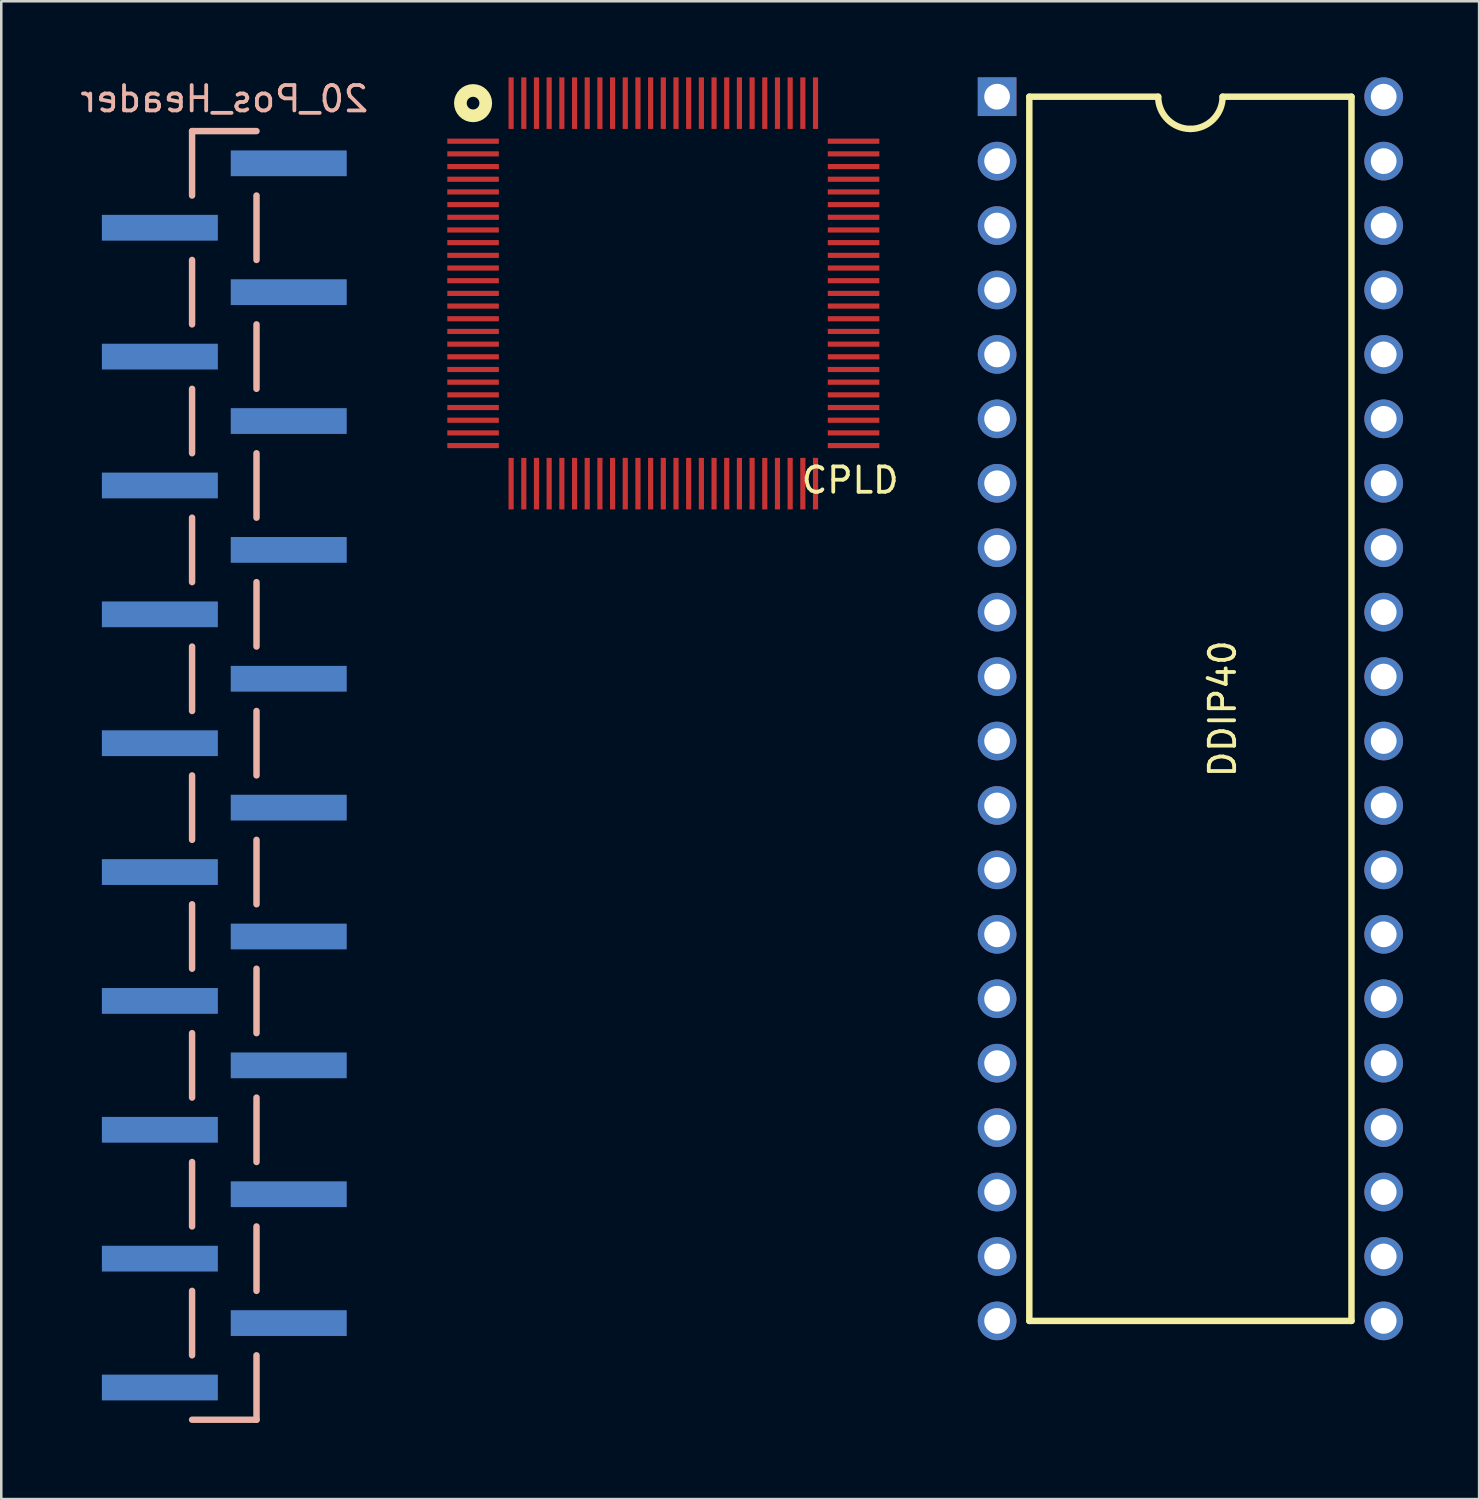
<source format=kicad_pcb>
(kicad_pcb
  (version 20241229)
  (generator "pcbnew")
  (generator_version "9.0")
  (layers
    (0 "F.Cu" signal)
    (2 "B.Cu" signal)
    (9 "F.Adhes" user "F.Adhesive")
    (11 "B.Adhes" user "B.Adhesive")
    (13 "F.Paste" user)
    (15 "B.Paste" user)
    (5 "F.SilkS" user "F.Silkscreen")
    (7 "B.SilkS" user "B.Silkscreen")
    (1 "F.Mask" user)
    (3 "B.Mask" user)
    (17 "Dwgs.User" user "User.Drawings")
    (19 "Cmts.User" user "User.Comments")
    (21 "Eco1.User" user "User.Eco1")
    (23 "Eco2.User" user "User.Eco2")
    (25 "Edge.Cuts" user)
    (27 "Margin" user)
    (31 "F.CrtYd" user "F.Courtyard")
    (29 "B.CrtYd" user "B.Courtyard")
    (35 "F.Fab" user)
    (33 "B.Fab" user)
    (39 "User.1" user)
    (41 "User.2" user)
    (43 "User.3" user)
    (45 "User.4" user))
  (footprint "CPLD"
    (layer "F.Cu")
    (at 23.099 8.516)
    (property "Reference" "CPLD" (at 7.366 7.366 0) (layer "F.SilkS") (effects (font (size 1 1) (thickness 0.15))))
    (attr smd)
    (fp_circle (center -7.5 -7.5) (end -7 -7.5) (stroke (width 0.5) (type solid)) (fill no) (layer "F.SilkS"))
    (pad "1" smd rect (at -7.5 -6 90) (size 0.203 2.032) (layers "F.Cu" "F.Mask" "F.Paste"))
    (pad "2" smd rect (at -7.5 -5.5 90) (size 0.203 2.032) (layers "F.Cu" "F.Mask" "F.Paste"))
    (pad "3" smd rect (at -7.5 -5 90) (size 0.203 2.032) (layers "F.Cu" "F.Mask" "F.Paste"))
    (pad "4" smd rect (at -7.5 -4.5 90) (size 0.203 2.032) (layers "F.Cu" "F.Mask" "F.Paste"))
    (pad "5" smd rect (at -7.5 -4 90) (size 0.203 2.032) (layers "F.Cu" "F.Mask" "F.Paste"))
    (pad "6" smd rect (at -7.5 -3.5 90) (size 0.203 2.032) (layers "F.Cu" "F.Mask" "F.Paste"))
    (pad "7" smd rect (at -7.5 -3 90) (size 0.203 2.032) (layers "F.Cu" "F.Mask" "F.Paste"))
    (pad "8" smd rect (at -7.5 -2.5 90) (size 0.203 2.032) (layers "F.Cu" "F.Mask" "F.Paste"))
    (pad "9" smd rect (at -7.5 -2 90) (size 0.203 2.032) (layers "F.Cu" "F.Mask" "F.Paste"))
    (pad "10" smd rect (at -7.5 -1.5 90) (size 0.203 2.032) (layers "F.Cu" "F.Mask" "F.Paste"))
    (pad "11" smd rect (at -7.5 -1 90) (size 0.203 2.032) (layers "F.Cu" "F.Mask" "F.Paste"))
    (pad "12" smd rect (at -7.5 -0.5 90) (size 0.203 2.032) (layers "F.Cu" "F.Mask" "F.Paste"))
    (pad "13" smd rect (at -7.5 0 90) (size 0.203 2.032) (layers "F.Cu" "F.Mask" "F.Paste"))
    (pad "14" smd rect (at -7.5 0.5 90) (size 0.203 2.032) (layers "F.Cu" "F.Mask" "F.Paste"))
    (pad "15" smd rect (at -7.5 1 90) (size 0.203 2.032) (layers "F.Cu" "F.Mask" "F.Paste"))
    (pad "16" smd rect (at -7.5 1.5 90) (size 0.203 2.032) (layers "F.Cu" "F.Mask" "F.Paste"))
    (pad "17" smd rect (at -7.5 2 90) (size 0.203 2.032) (layers "F.Cu" "F.Mask" "F.Paste"))
    (pad "18" smd rect (at -7.5 2.5 90) (size 0.203 2.032) (layers "F.Cu" "F.Mask" "F.Paste"))
    (pad "19" smd rect (at -7.5 3 90) (size 0.203 2.032) (layers "F.Cu" "F.Mask" "F.Paste"))
    (pad "20" smd rect (at -7.5 3.5 90) (size 0.203 2.032) (layers "F.Cu" "F.Mask" "F.Paste"))
    (pad "21" smd rect (at -7.5 4 90) (size 0.203 2.032) (layers "F.Cu" "F.Mask" "F.Paste"))
    (pad "22" smd rect (at -7.5 4.5 90) (size 0.203 2.032) (layers "F.Cu" "F.Mask" "F.Paste"))
    (pad "23" smd rect (at -7.5 5 90) (size 0.203 2.032) (layers "F.Cu" "F.Mask" "F.Paste"))
    (pad "24" smd rect (at -7.5 5.5 90) (size 0.203 2.032) (layers "F.Cu" "F.Mask" "F.Paste"))
    (pad "25" smd rect (at -7.5 6 90) (size 0.203 2.032) (layers "F.Cu" "F.Mask" "F.Paste"))
    (pad "26" smd rect (at -6 7.5) (size 0.203 2.032) (layers "F.Cu" "F.Mask" "F.Paste"))
    (pad "27" smd rect (at -5.5 7.5) (size 0.203 2.032) (layers "F.Cu" "F.Mask" "F.Paste"))
    (pad "28" smd rect (at -5 7.5) (size 0.203 2.032) (layers "F.Cu" "F.Mask" "F.Paste"))
    (pad "29" smd rect (at -4.5 7.5) (size 0.203 2.032) (layers "F.Cu" "F.Mask" "F.Paste"))
    (pad "30" smd rect (at -4 7.5) (size 0.203 2.032) (layers "F.Cu" "F.Mask" "F.Paste"))
    (pad "31" smd rect (at -3.5 7.5) (size 0.203 2.032) (layers "F.Cu" "F.Mask" "F.Paste"))
    (pad "32" smd rect (at -3 7.5) (size 0.203 2.032) (layers "F.Cu" "F.Mask" "F.Paste"))
    (pad "33" smd rect (at -2.5 7.5) (size 0.203 2.032) (layers "F.Cu" "F.Mask" "F.Paste"))
    (pad "34" smd rect (at -2 7.5) (size 0.203 2.032) (layers "F.Cu" "F.Mask" "F.Paste"))
    (pad "35" smd rect (at -1.5 7.5) (size 0.203 2.032) (layers "F.Cu" "F.Mask" "F.Paste"))
    (pad "36" smd rect (at -1 7.5) (size 0.203 2.032) (layers "F.Cu" "F.Mask" "F.Paste"))
    (pad "37" smd rect (at -0.5 7.5) (size 0.203 2.032) (layers "F.Cu" "F.Mask" "F.Paste"))
    (pad "38" smd rect (at 0 7.5) (size 0.203 2.032) (layers "F.Cu" "F.Mask" "F.Paste"))
    (pad "39" smd rect (at 0.5 7.5) (size 0.203 2.032) (layers "F.Cu" "F.Mask" "F.Paste"))
    (pad "40" smd rect (at 1 7.5) (size 0.203 2.032) (layers "F.Cu" "F.Mask" "F.Paste"))
    (pad "41" smd rect (at 1.5 7.5) (size 0.203 2.032) (layers "F.Cu" "F.Mask" "F.Paste"))
    (pad "42" smd rect (at 2 7.5) (size 0.203 2.032) (layers "F.Cu" "F.Mask" "F.Paste"))
    (pad "43" smd rect (at 2.5 7.5) (size 0.203 2.032) (layers "F.Cu" "F.Mask" "F.Paste"))
    (pad "44" smd rect (at 3 7.5) (size 0.203 2.032) (layers "F.Cu" "F.Mask" "F.Paste"))
    (pad "45" smd rect (at 3.5 7.5) (size 0.203 2.032) (layers "F.Cu" "F.Mask" "F.Paste"))
    (pad "46" smd rect (at 4 7.5) (size 0.203 2.032) (layers "F.Cu" "F.Mask" "F.Paste"))
    (pad "47" smd rect (at 4.5 7.5) (size 0.203 2.032) (layers "F.Cu" "F.Mask" "F.Paste"))
    (pad "48" smd rect (at 5 7.5) (size 0.203 2.032) (layers "F.Cu" "F.Mask" "F.Paste"))
    (pad "49" smd rect (at 5.5 7.5) (size 0.203 2.032) (layers "F.Cu" "F.Mask" "F.Paste"))
    (pad "50" smd rect (at 6 7.5) (size 0.203 2.032) (layers "F.Cu" "F.Mask" "F.Paste"))
    (pad "51" smd rect (at 7.5 6 90) (size 0.203 2.032) (layers "F.Cu" "F.Mask" "F.Paste"))
    (pad "52" smd rect (at 7.5 5.5 90) (size 0.203 2.032) (layers "F.Cu" "F.Mask" "F.Paste"))
    (pad "53" smd rect (at 7.5 5 90) (size 0.203 2.032) (layers "F.Cu" "F.Mask" "F.Paste"))
    (pad "54" smd rect (at 7.5 4.5 90) (size 0.203 2.032) (layers "F.Cu" "F.Mask" "F.Paste"))
    (pad "55" smd rect (at 7.5 4 90) (size 0.203 2.032) (layers "F.Cu" "F.Mask" "F.Paste"))
    (pad "56" smd rect (at 7.5 3.5 90) (size 0.203 2.032) (layers "F.Cu" "F.Mask" "F.Paste"))
    (pad "57" smd rect (at 7.5 3 90) (size 0.203 2.032) (layers "F.Cu" "F.Mask" "F.Paste"))
    (pad "58" smd rect (at 7.5 2.5 90) (size 0.203 2.032) (layers "F.Cu" "F.Mask" "F.Paste"))
    (pad "59" smd rect (at 7.5 2 90) (size 0.203 2.032) (layers "F.Cu" "F.Mask" "F.Paste"))
    (pad "60" smd rect (at 7.5 1.5 90) (size 0.203 2.032) (layers "F.Cu" "F.Mask" "F.Paste"))
    (pad "61" smd rect (at 7.5 1 90) (size 0.203 2.032) (layers "F.Cu" "F.Mask" "F.Paste"))
    (pad "62" smd rect (at 7.5 0.5 90) (size 0.203 2.032) (layers "F.Cu" "F.Mask" "F.Paste"))
    (pad "63" smd rect (at 7.5 0 90) (size 0.203 2.032) (layers "F.Cu" "F.Mask" "F.Paste"))
    (pad "64" smd rect (at 7.5 -0.5 90) (size 0.203 2.032) (layers "F.Cu" "F.Mask" "F.Paste"))
    (pad "65" smd rect (at 7.5 -1 90) (size 0.203 2.032) (layers "F.Cu" "F.Mask" "F.Paste"))
    (pad "66" smd rect (at 7.5 -1.5 90) (size 0.203 2.032) (layers "F.Cu" "F.Mask" "F.Paste"))
    (pad "67" smd rect (at 7.5 -2 90) (size 0.203 2.032) (layers "F.Cu" "F.Mask" "F.Paste"))
    (pad "68" smd rect (at 7.5 -2.5 90) (size 0.203 2.032) (layers "F.Cu" "F.Mask" "F.Paste"))
    (pad "69" smd rect (at 7.5 -3 90) (size 0.203 2.032) (layers "F.Cu" "F.Mask" "F.Paste"))
    (pad "70" smd rect (at 7.5 -3.5 90) (size 0.203 2.032) (layers "F.Cu" "F.Mask" "F.Paste"))
    (pad "71" smd rect (at 7.5 -4 90) (size 0.203 2.032) (layers "F.Cu" "F.Mask" "F.Paste"))
    (pad "72" smd rect (at 7.5 -4.5 90) (size 0.203 2.032) (layers "F.Cu" "F.Mask" "F.Paste"))
    (pad "73" smd rect (at 7.5 -5 90) (size 0.203 2.032) (layers "F.Cu" "F.Mask" "F.Paste"))
    (pad "74" smd rect (at 7.5 -5.5 90) (size 0.203 2.032) (layers "F.Cu" "F.Mask" "F.Paste"))
    (pad "75" smd rect (at 7.5 -6 90) (size 0.203 2.032) (layers "F.Cu" "F.Mask" "F.Paste"))
    (pad "76" smd rect (at 6 -7.5) (size 0.203 2.032) (layers "F.Cu" "F.Mask" "F.Paste"))
    (pad "77" smd rect (at 5.5 -7.5) (size 0.203 2.032) (layers "F.Cu" "F.Mask" "F.Paste"))
    (pad "78" smd rect (at 5 -7.5) (size 0.203 2.032) (layers "F.Cu" "F.Mask" "F.Paste"))
    (pad "79" smd rect (at 4.5 -7.5) (size 0.203 2.032) (layers "F.Cu" "F.Mask" "F.Paste"))
    (pad "80" smd rect (at 4 -7.5) (size 0.203 2.032) (layers "F.Cu" "F.Mask" "F.Paste"))
    (pad "81" smd rect (at 3.5 -7.5) (size 0.203 2.032) (layers "F.Cu" "F.Mask" "F.Paste"))
    (pad "82" smd rect (at 3 -7.5) (size 0.203 2.032) (layers "F.Cu" "F.Mask" "F.Paste"))
    (pad "83" smd rect (at 2.5 -7.5) (size 0.203 2.032) (layers "F.Cu" "F.Mask" "F.Paste"))
    (pad "84" smd rect (at 2 -7.5) (size 0.203 2.032) (layers "F.Cu" "F.Mask" "F.Paste"))
    (pad "85" smd rect (at 1.5 -7.5) (size 0.203 2.032) (layers "F.Cu" "F.Mask" "F.Paste"))
    (pad "86" smd rect (at 1 -7.5) (size 0.203 2.032) (layers "F.Cu" "F.Mask" "F.Paste"))
    (pad "87" smd rect (at 0.5 -7.5) (size 0.203 2.032) (layers "F.Cu" "F.Mask" "F.Paste"))
    (pad "88" smd rect (at 0 -7.5) (size 0.203 2.032) (layers "F.Cu" "F.Mask" "F.Paste"))
    (pad "89" smd rect (at -0.5 -7.5) (size 0.203 2.032) (layers "F.Cu" "F.Mask" "F.Paste"))
    (pad "90" smd rect (at -1 -7.5) (size 0.203 2.032) (layers "F.Cu" "F.Mask" "F.Paste"))
    (pad "91" smd rect (at -1.5 -7.5) (size 0.203 2.032) (layers "F.Cu" "F.Mask" "F.Paste"))
    (pad "92" smd rect (at -2 -7.5) (size 0.203 2.032) (layers "F.Cu" "F.Mask" "F.Paste"))
    (pad "93" smd rect (at -2.5 -7.5) (size 0.203 2.032) (layers "F.Cu" "F.Mask" "F.Paste"))
    (pad "94" smd rect (at -3 -7.5) (size 0.203 2.032) (layers "F.Cu" "F.Mask" "F.Paste"))
    (pad "95" smd rect (at -3.5 -7.5) (size 0.203 2.032) (layers "F.Cu" "F.Mask" "F.Paste"))
    (pad "96" smd rect (at -4 -7.5) (size 0.203 2.032) (layers "F.Cu" "F.Mask" "F.Paste"))
    (pad "97" smd rect (at -4.5 -7.5) (size 0.203 2.032) (layers "F.Cu" "F.Mask" "F.Paste"))
    (pad "98" smd rect (at -5 -7.5) (size 0.203 2.032) (layers "F.Cu" "F.Mask" "F.Paste"))
    (pad "99" smd rect (at -5.5 -7.5) (size 0.203 2.032) (layers "F.Cu" "F.Mask" "F.Paste"))
    (pad "100" smd rect (at -6 -7.5) (size 0.203 2.032) (layers "F.Cu" "F.Mask" "F.Paste")))
  (footprint "DDIP40"
    (layer "F.Cu")
    (at 43.877 24.892)
    (property "Reference" "DDIP40" (at 1.27 0 90) (layer "F.SilkS") (effects (font (size 1 1) (thickness 0.15))))
    (attr through_hole)
    (fp_line (start -6.35 -24.13) (end -6.35 24.13) (stroke (width 0.254) (type solid)) (layer "F.SilkS"))
    (fp_line (start -6.35 24.13) (end 6.35 24.13) (stroke (width 0.254) (type solid)) (layer "F.SilkS"))
    (fp_line (start -1.27 -24.13) (end -6.35 -24.13) (stroke (width 0.254) (type solid)) (layer "F.SilkS"))
    (fp_line (start 6.35 -24.13) (end 1.27 -24.13) (stroke (width 0.254) (type solid)) (layer "F.SilkS"))
    (fp_line (start 6.35 24.13) (end 6.35 -24.13) (stroke (width 0.254) (type solid)) (layer "F.SilkS"))
    (fp_arc (start 0 -22.86) (mid -0.898026 -23.231974) (end -1.27 -24.13) (stroke (width 0.254) (type solid)) (layer "F.SilkS"))
    (fp_arc (start 1.27 -24.13) (mid 0.898026 -23.231974) (end 0 -22.86) (stroke (width 0.254) (type solid)) (layer "F.SilkS"))
    (pad "1" thru_hole rect (at -7.62 -24.13) (size 1.524 1.524) (drill 1.016) (layers "*.Cu" "*.Mask"))
    (pad "2" thru_hole circle (at -7.62 -21.59) (size 1.524 1.524) (drill 1.016) (layers "*.Cu" "*.Mask"))
    (pad "3" thru_hole circle (at -7.62 -19.05) (size 1.524 1.524) (drill 1.016) (layers "*.Cu" "*.Mask"))
    (pad "4" thru_hole circle (at -7.62 -16.51) (size 1.524 1.524) (drill 1.016) (layers "*.Cu" "*.Mask"))
    (pad "5" thru_hole circle (at -7.62 -13.97) (size 1.524 1.524) (drill 1.016) (layers "*.Cu" "*.Mask"))
    (pad "6" thru_hole circle (at -7.62 -11.43) (size 1.524 1.524) (drill 1.016) (layers "*.Cu" "*.Mask"))
    (pad "7" thru_hole circle (at -7.62 -8.89) (size 1.524 1.524) (drill 1.016) (layers "*.Cu" "*.Mask"))
    (pad "8" thru_hole circle (at -7.62 -6.35) (size 1.524 1.524) (drill 1.016) (layers "*.Cu" "*.Mask"))
    (pad "9" thru_hole circle (at -7.62 -3.81) (size 1.524 1.524) (drill 1.016) (layers "*.Cu" "*.Mask"))
    (pad "10" thru_hole circle (at -7.62 -1.27) (size 1.524 1.524) (drill 1.016) (layers "*.Cu" "*.Mask"))
    (pad "11" thru_hole circle (at -7.62 1.27) (size 1.524 1.524) (drill 1.016) (layers "*.Cu" "*.Mask"))
    (pad "12" thru_hole circle (at -7.62 3.81) (size 1.524 1.524) (drill 1.016) (layers "*.Cu" "*.Mask"))
    (pad "13" thru_hole circle (at -7.62 6.35) (size 1.524 1.524) (drill 1.016) (layers "*.Cu" "*.Mask"))
    (pad "14" thru_hole circle (at -7.62 8.89) (size 1.524 1.524) (drill 1.016) (layers "*.Cu" "*.Mask"))
    (pad "15" thru_hole circle (at -7.62 11.43) (size 1.524 1.524) (drill 1.016) (layers "*.Cu" "*.Mask"))
    (pad "16" thru_hole circle (at -7.62 13.97) (size 1.524 1.524) (drill 1.016) (layers "*.Cu" "*.Mask"))
    (pad "17" thru_hole circle (at -7.62 16.51) (size 1.524 1.524) (drill 1.016) (layers "*.Cu" "*.Mask"))
    (pad "18" thru_hole circle (at -7.62 19.05) (size 1.524 1.524) (drill 1.016) (layers "*.Cu" "*.Mask"))
    (pad "19" thru_hole circle (at -7.62 21.59) (size 1.524 1.524) (drill 1.016) (layers "*.Cu" "*.Mask"))
    (pad "20" thru_hole circle (at -7.62 24.13) (size 1.524 1.524) (drill 1.016) (layers "*.Cu" "*.Mask"))
    (pad "21" thru_hole circle (at 7.62 24.13) (size 1.524 1.524) (drill 1.016) (layers "*.Cu" "*.Mask"))
    (pad "22" thru_hole circle (at 7.62 21.59) (size 1.524 1.524) (drill 1.016) (layers "*.Cu" "*.Mask"))
    (pad "23" thru_hole circle (at 7.62 19.05) (size 1.524 1.524) (drill 1.016) (layers "*.Cu" "*.Mask"))
    (pad "24" thru_hole circle (at 7.62 16.51) (size 1.524 1.524) (drill 1.016) (layers "*.Cu" "*.Mask"))
    (pad "25" thru_hole circle (at 7.62 13.97) (size 1.524 1.524) (drill 1.016) (layers "*.Cu" "*.Mask"))
    (pad "26" thru_hole circle (at 7.62 11.43) (size 1.524 1.524) (drill 1.016) (layers "*.Cu" "*.Mask"))
    (pad "27" thru_hole circle (at 7.62 8.89) (size 1.524 1.524) (drill 1.016) (layers "*.Cu" "*.Mask"))
    (pad "28" thru_hole circle (at 7.62 6.35) (size 1.524 1.524) (drill 1.016) (layers "*.Cu" "*.Mask"))
    (pad "29" thru_hole circle (at 7.62 3.81) (size 1.524 1.524) (drill 1.016) (layers "*.Cu" "*.Mask"))
    (pad "30" thru_hole circle (at 7.62 1.27) (size 1.524 1.524) (drill 1.016) (layers "*.Cu" "*.Mask"))
    (pad "31" thru_hole circle (at 7.62 -1.27) (size 1.524 1.524) (drill 1.016) (layers "*.Cu" "*.Mask"))
    (pad "32" thru_hole circle (at 7.62 -3.81) (size 1.524 1.524) (drill 1.016) (layers "*.Cu" "*.Mask"))
    (pad "33" thru_hole circle (at 7.62 -6.35) (size 1.524 1.524) (drill 1.016) (layers "*.Cu" "*.Mask"))
    (pad "34" thru_hole circle (at 7.62 -8.89) (size 1.524 1.524) (drill 1.016) (layers "*.Cu" "*.Mask"))
    (pad "35" thru_hole circle (at 7.62 -11.43) (size 1.524 1.524) (drill 1.016) (layers "*.Cu" "*.Mask"))
    (pad "36" thru_hole circle (at 7.62 -13.97) (size 1.524 1.524) (drill 1.016) (layers "*.Cu" "*.Mask"))
    (pad "37" thru_hole circle (at 7.62 -16.51) (size 1.524 1.524) (drill 1.016) (layers "*.Cu" "*.Mask"))
    (pad "38" thru_hole circle (at 7.62 -19.05) (size 1.524 1.524) (drill 1.016) (layers "*.Cu" "*.Mask"))
    (pad "39" thru_hole circle (at 7.62 -21.59) (size 1.524 1.524) (drill 1.016) (layers "*.Cu" "*.Mask"))
    (pad "40" thru_hole circle (at 7.62 -24.13) (size 1.524 1.524) (drill 1.016) (layers "*.Cu" "*.Mask")))
  (footprint "20_Pos_Header"
    (layer "F.Cu")
    (at 5.792 27.518)
    (property "Reference" "20_Pos_Header" (at 0 -26.67 0) (layer "B.SilkS") (effects (font (size 1 1) (thickness 0.15)) (justify mirror)))
    (attr through_hole)
    (fp_line (start -1.27 -25.4) (end -1.27 -22.86) (stroke (width 0.254) (type solid)) (layer "B.SilkS"))
    (fp_line (start -1.27 -25.4) (end 1.27 -25.4) (stroke (width 0.254) (type solid)) (layer "B.SilkS"))
    (fp_line (start -1.27 -20.32) (end -1.27 -17.78) (stroke (width 0.254) (type solid)) (layer "B.SilkS"))
    (fp_line (start -1.27 -15.24) (end -1.27 -12.7) (stroke (width 0.254) (type solid)) (layer "B.SilkS"))
    (fp_line (start -1.27 -10.16) (end -1.27 -7.62) (stroke (width 0.254) (type solid)) (layer "B.SilkS"))
    (fp_line (start -1.27 -5.08) (end -1.27 -2.54) (stroke (width 0.254) (type solid)) (layer "B.SilkS"))
    (fp_line (start -1.27 0) (end -1.27 2.54) (stroke (width 0.254) (type solid)) (layer "B.SilkS"))
    (fp_line (start -1.27 5.08) (end -1.27 7.62) (stroke (width 0.254) (type solid)) (layer "B.SilkS"))
    (fp_line (start -1.27 10.16) (end -1.27 12.7) (stroke (width 0.254) (type solid)) (layer "B.SilkS"))
    (fp_line (start -1.27 15.24) (end -1.27 17.78) (stroke (width 0.254) (type solid)) (layer "B.SilkS"))
    (fp_line (start -1.27 20.32) (end -1.27 22.86) (stroke (width 0.254) (type solid)) (layer "B.SilkS"))
    (fp_line (start 1.27 -22.86) (end 1.27 -20.32) (stroke (width 0.254) (type solid)) (layer "B.SilkS"))
    (fp_line (start 1.27 -17.78) (end 1.27 -15.24) (stroke (width 0.254) (type solid)) (layer "B.SilkS"))
    (fp_line (start 1.27 -12.7) (end 1.27 -10.16) (stroke (width 0.254) (type solid)) (layer "B.SilkS"))
    (fp_line (start 1.27 -7.62) (end 1.27 -5.08) (stroke (width 0.254) (type solid)) (layer "B.SilkS"))
    (fp_line (start 1.27 -2.54) (end 1.27 0) (stroke (width 0.254) (type solid)) (layer "B.SilkS"))
    (fp_line (start 1.27 2.54) (end 1.27 5.08) (stroke (width 0.254) (type solid)) (layer "B.SilkS"))
    (fp_line (start 1.27 7.62) (end 1.27 10.16) (stroke (width 0.254) (type solid)) (layer "B.SilkS"))
    (fp_line (start 1.27 12.7) (end 1.27 15.24) (stroke (width 0.254) (type solid)) (layer "B.SilkS"))
    (fp_line (start 1.27 17.78) (end 1.27 20.32) (stroke (width 0.254) (type solid)) (layer "B.SilkS"))
    (fp_line (start 1.27 22.86) (end 1.27 25.4) (stroke (width 0.254) (type solid)) (layer "B.SilkS"))
    (fp_line (start 1.27 25.4) (end -1.27 25.4) (stroke (width 0.254) (type solid)) (layer "B.SilkS"))
    (pad "1" smd rect (at 2.54 -24.13) (size 4.572 1.016) (layers "F.Mask" "B.Cu" "F.Paste"))
    (pad "2" smd rect (at -2.54 -21.59) (size 4.572 1.016) (layers "F.Mask" "B.Cu" "F.Paste"))
    (pad "3" smd rect (at 2.54 -19.05) (size 4.572 1.016) (layers "F.Mask" "B.Cu" "F.Paste"))
    (pad "4" smd rect (at -2.54 -16.51) (size 4.572 1.016) (layers "F.Mask" "B.Cu" "F.Paste"))
    (pad "5" smd rect (at 2.54 -13.97) (size 4.572 1.016) (layers "F.Mask" "B.Cu" "F.Paste"))
    (pad "6" smd rect (at -2.54 -11.43) (size 4.572 1.016) (layers "F.Mask" "B.Cu" "F.Paste"))
    (pad "7" smd rect (at 2.54 -8.89) (size 4.572 1.016) (layers "F.Mask" "B.Cu" "F.Paste"))
    (pad "8" smd rect (at -2.54 -6.35) (size 4.572 1.016) (layers "F.Mask" "B.Cu" "F.Paste"))
    (pad "9" smd rect (at 2.54 -3.81) (size 4.572 1.016) (layers "F.Mask" "B.Cu" "F.Paste"))
    (pad "10" smd rect (at -2.54 -1.27) (size 4.572 1.016) (layers "F.Mask" "B.Cu" "F.Paste"))
    (pad "11" smd rect (at 2.54 1.27) (size 4.572 1.016) (layers "F.Mask" "B.Cu" "F.Paste"))
    (pad "12" smd rect (at -2.54 3.81) (size 4.572 1.016) (layers "F.Mask" "B.Cu" "F.Paste"))
    (pad "13" smd rect (at 2.54 6.35) (size 4.572 1.016) (layers "F.Mask" "B.Cu" "F.Paste"))
    (pad "14" smd rect (at -2.54 8.89) (size 4.572 1.016) (layers "F.Mask" "B.Cu" "F.Paste"))
    (pad "15" smd rect (at 2.54 11.43) (size 4.572 1.016) (layers "F.Mask" "B.Cu" "F.Paste"))
    (pad "16" smd rect (at -2.54 13.97) (size 4.572 1.016) (layers "F.Mask" "B.Cu" "F.Paste"))
    (pad "17" smd rect (at 2.54 16.51) (size 4.572 1.016) (layers "F.Mask" "B.Cu" "F.Paste"))
    (pad "18" smd rect (at -2.54 19.05) (size 4.572 1.016) (layers "F.Mask" "B.Cu" "F.Paste"))
    (pad "19" smd rect (at 2.54 21.59) (size 4.572 1.016) (layers "F.Mask" "B.Cu" "F.Paste"))
    (pad "20" smd rect (at -2.54 24.13) (size 4.572 1.016) (layers "F.Mask" "B.Cu" "F.Paste")))
  (gr_rect
    (start -3 -3)
    (end 55.259 56.045)
    (stroke (width 0.1) (type default))
    (fill no)
    (layer "Edge.Cuts")))
</source>
